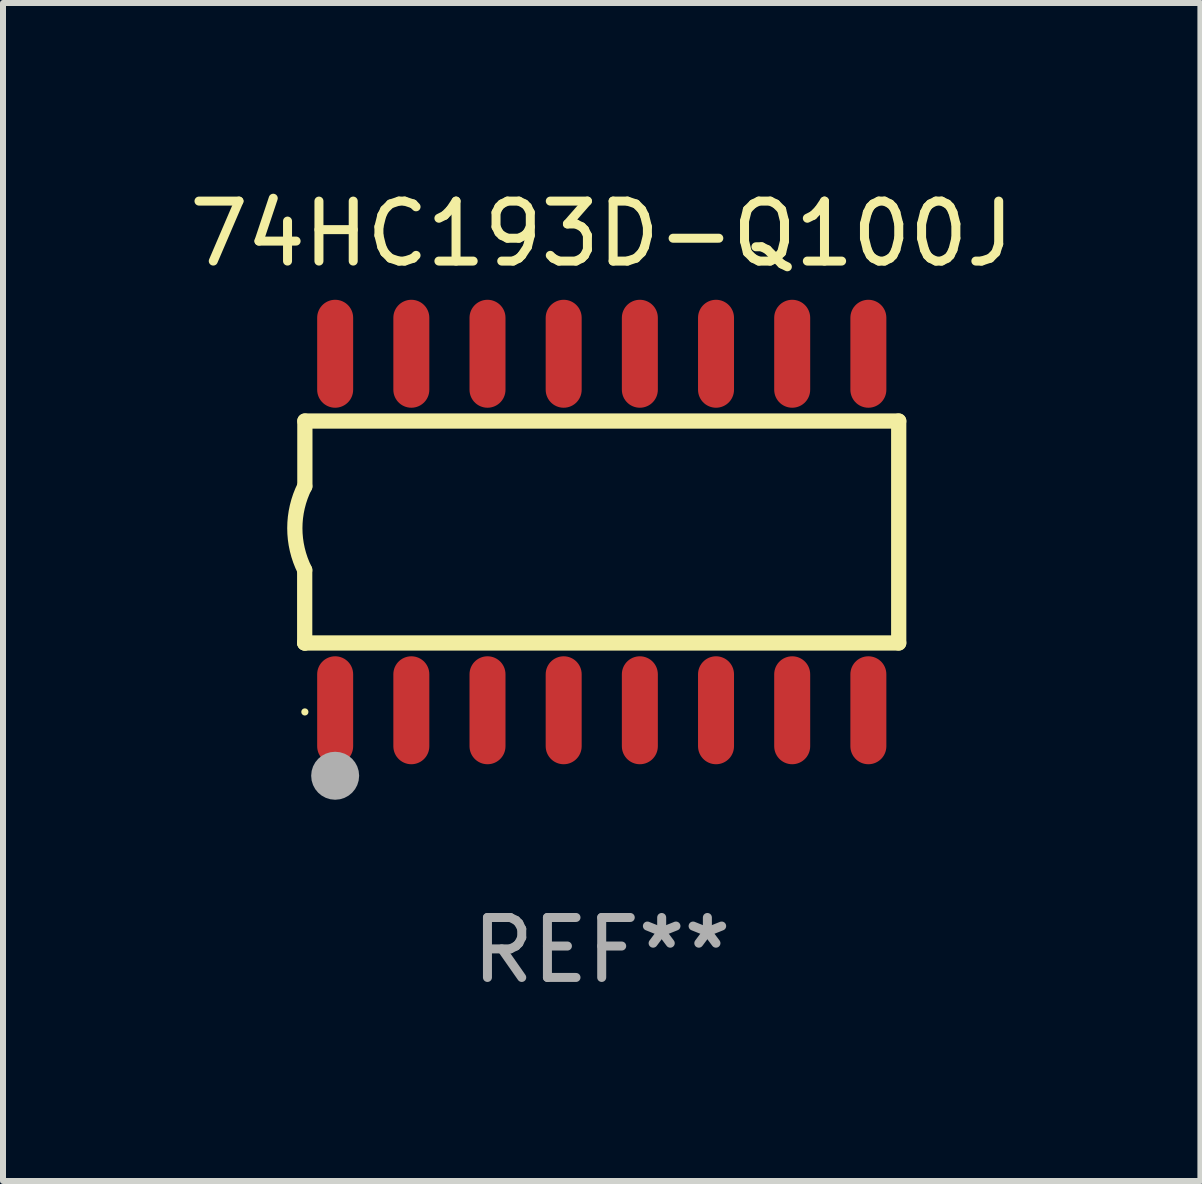
<source format=kicad_pcb>
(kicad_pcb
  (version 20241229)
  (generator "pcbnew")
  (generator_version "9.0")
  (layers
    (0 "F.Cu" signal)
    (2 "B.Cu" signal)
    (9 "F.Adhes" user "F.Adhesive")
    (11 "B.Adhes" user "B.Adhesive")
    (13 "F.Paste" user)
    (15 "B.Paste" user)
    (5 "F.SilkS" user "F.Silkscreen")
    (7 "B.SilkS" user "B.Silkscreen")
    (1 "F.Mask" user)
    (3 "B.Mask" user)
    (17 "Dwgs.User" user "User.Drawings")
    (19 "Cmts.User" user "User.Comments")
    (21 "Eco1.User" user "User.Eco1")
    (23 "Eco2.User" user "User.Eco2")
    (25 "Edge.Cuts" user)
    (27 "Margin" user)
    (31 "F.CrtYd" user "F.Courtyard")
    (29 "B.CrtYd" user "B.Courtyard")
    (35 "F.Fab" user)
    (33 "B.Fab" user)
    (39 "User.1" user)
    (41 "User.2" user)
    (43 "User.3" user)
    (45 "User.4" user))
  (footprint "74HC193D-Q100J"
    (layer "F.Cu")
    (at 6.982 5.82)
    (property "Reference" "74HC193D-Q100J" (at 0 -4.972 0) (layer "F.SilkS") (effects (font (size 1 1) (thickness 0.15))))
    (attr through_hole)
    (fp_line (start -4.952 0.635) (end -4.952 1.85) (stroke (width 0.254) (type solid)) (layer "F.SilkS"))
    (fp_line (start -4.952 1.85) (end -4.949 1.85) (stroke (width 0.254) (type solid)) (layer "F.SilkS"))
    (fp_line (start -4.949 -1.85) (end -4.949 -0.762) (stroke (width 0.254) (type solid)) (layer "F.SilkS"))
    (fp_line (start -4.949 1.85) (end 4.952 1.85) (stroke (width 0.254) (type solid)) (layer "F.SilkS"))
    (fp_line (start 4.952 -1.85) (end -4.949 -1.85) (stroke (width 0.254) (type solid)) (layer "F.SilkS"))
    (fp_line (start 4.952 1.85) (end 4.952 -1.85) (stroke (width 0.254) (type solid)) (layer "F.SilkS"))
    (fp_arc (start -4.951524 0.635001) (mid -5.116418 -0.0635) (end -4.951524 -0.762002) (stroke (width 0.254001) (type solid)) (layer "F.SilkS"))
    (fp_circle (center -4.949 3) (end -4.919 3) (stroke (width 0.06) (type solid)) (fill no) (layer "F.SilkS"))
    (fp_circle (center -4.444 4.064) (end -4.244 4.064) (stroke (width 0.4) (type solid)) (fill no) (layer "F.Fab"))
    (fp_text user "REF**" (at 0 6.972 0) (layer "F.Fab") (effects (font (size 1 1) (thickness 0.15))))
    (pad "1" smd oval (at -4.444 2.972 180) (size 0.6 1.8) (layers "F.Cu" "F.Mask" "F.Paste"))
    (pad "2" smd oval (at -3.174 2.972 180) (size 0.6 1.8) (layers "F.Cu" "F.Mask" "F.Paste"))
    (pad "3" smd oval (at -1.904 2.972 180) (size 0.6 1.8) (layers "F.Cu" "F.Mask" "F.Paste"))
    (pad "4" smd oval (at -0.634 2.972 180) (size 0.6 1.8) (layers "F.Cu" "F.Mask" "F.Paste"))
    (pad "5" smd oval (at 0.636 2.972 180) (size 0.6 1.8) (layers "F.Cu" "F.Mask" "F.Paste"))
    (pad "6" smd oval (at 1.906 2.972 180) (size 0.6 1.8) (layers "F.Cu" "F.Mask" "F.Paste"))
    (pad "7" smd oval (at 3.176 2.972 180) (size 0.6 1.8) (layers "F.Cu" "F.Mask" "F.Paste"))
    (pad "8" smd oval (at 4.446 2.972 180) (size 0.6 1.8) (layers "F.Cu" "F.Mask" "F.Paste"))
    (pad "9" smd oval (at 4.446 -2.972 180) (size 0.6 1.8) (layers "F.Cu" "F.Mask" "F.Paste"))
    (pad "10" smd oval (at 3.176 -2.972 180) (size 0.6 1.8) (layers "F.Cu" "F.Mask" "F.Paste"))
    (pad "11" smd oval (at 1.906 -2.972 180) (size 0.6 1.8) (layers "F.Cu" "F.Mask" "F.Paste"))
    (pad "12" smd oval (at 0.636 -2.972 180) (size 0.6 1.8) (layers "F.Cu" "F.Mask" "F.Paste"))
    (pad "13" smd oval (at -0.634 -2.972 180) (size 0.6 1.8) (layers "F.Cu" "F.Mask" "F.Paste"))
    (pad "14" smd oval (at -1.904 -2.972 180) (size 0.6 1.8) (layers "F.Cu" "F.Mask" "F.Paste"))
    (pad "15" smd oval (at -3.174 -2.972 180) (size 0.6 1.8) (layers "F.Cu" "F.Mask" "F.Paste"))
    (pad "16" smd oval (at -4.444 -2.972 180) (size 0.6 1.8) (layers "F.Cu" "F.Mask" "F.Paste")))
  (gr_rect
    (start -3 -3)
    (end 16.964 16.64)
    (stroke (width 0.1) (type default))
    (fill no)
    (layer "Edge.Cuts")))
</source>
